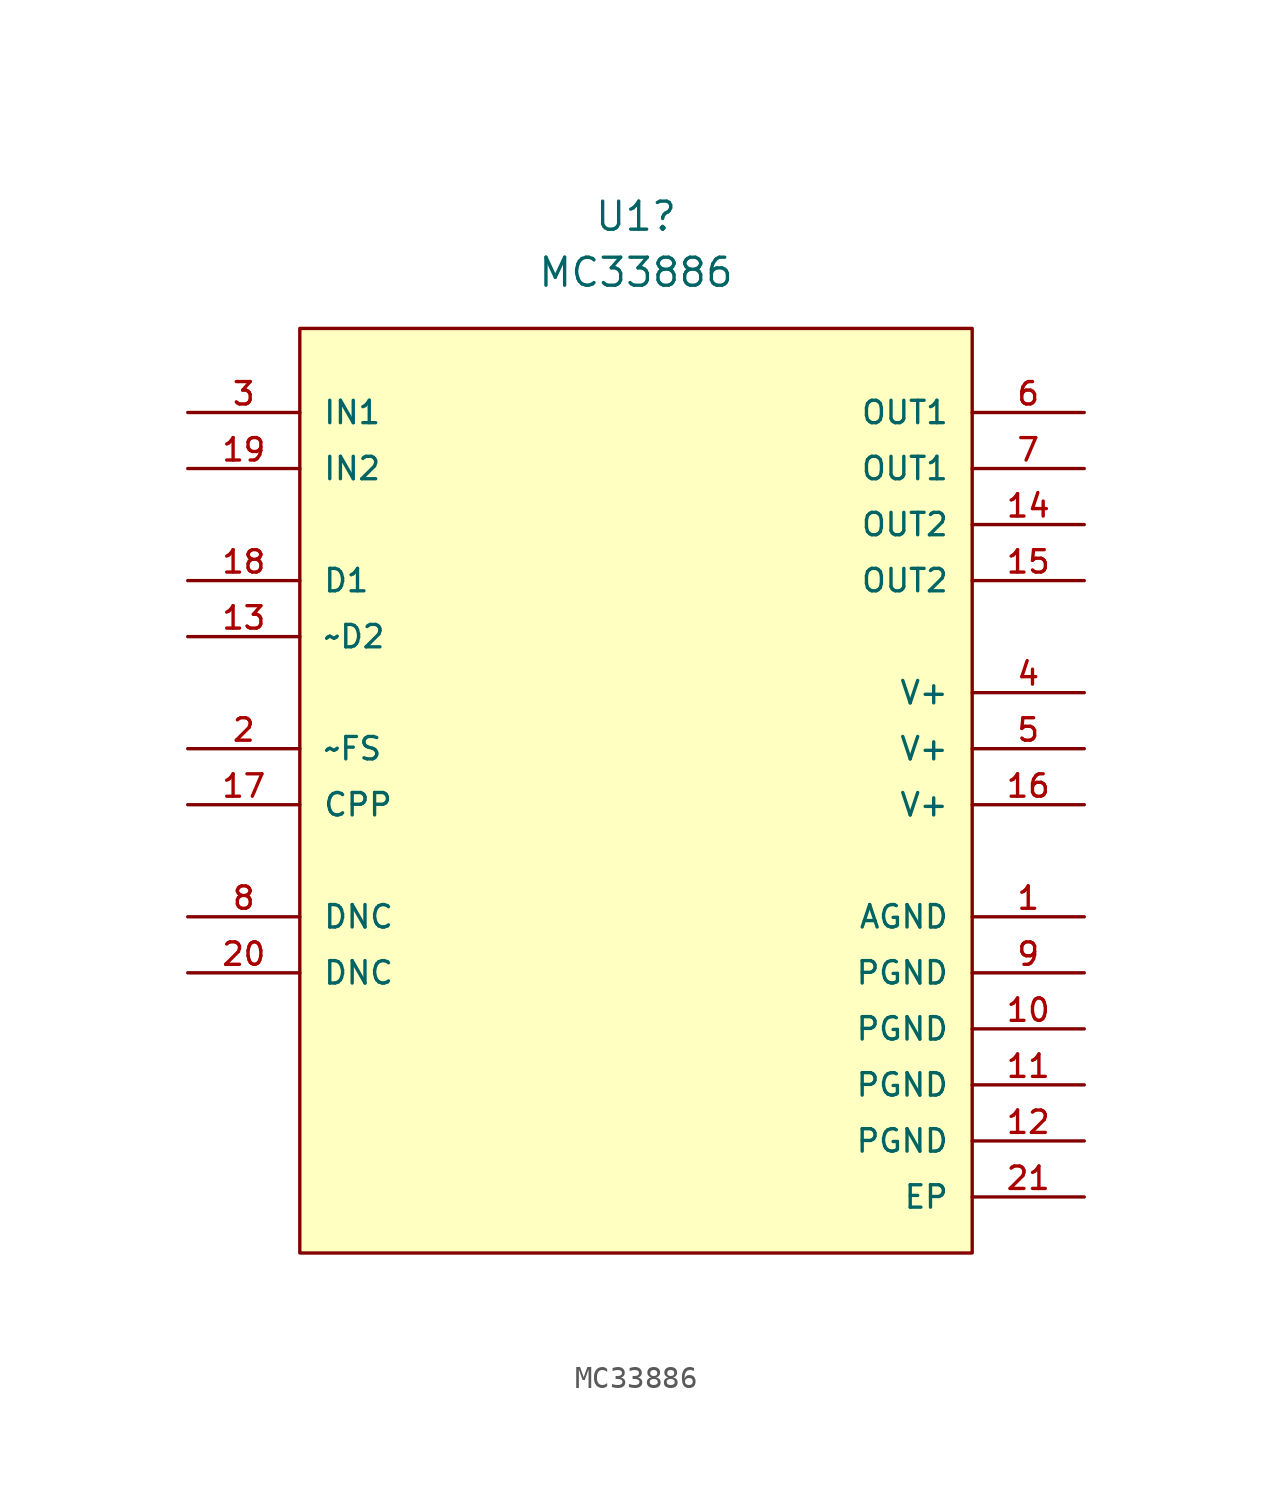
<source format=kicad_sym>
(kicad_symbol_lib
  (version 20231120)
  (generator "kicad_symbol_editor")
  (generator_version "8.0")
  (symbol "MC33886"
    (pin_names
      (offset 1.016))
    (property "Reference" "U1"
      (at 0 40.64 0)
      (effects (font (size 1.27 1.27))))
    (property "Value" "MC33886"
      (at 0 38.1 0)
      (effects (font (size 1.27 1.27))))
    (symbol "MC33886_1_0"
      (rectangle (start -15.24 35.56) (end 15.24 -6.35) (stroke (width 0) (type solid)) (fill (type background)))
      (pin passive line (at 20.32 8.89 180) (length 5.08) (name "AGND" (effects (font (size 1.016 1.016)))) (number "1" (effects (font (size 1.016 1.016)))))
      (pin passive line (at 20.32 3.81 180) (length 5.08) (name "PGND" (effects (font (size 1.016 1.016)))) (number "10" (effects (font (size 1.016 1.016)))))
      (pin passive line (at 20.32 1.27 180) (length 5.08) (name "PGND" (effects (font (size 1.016 1.016)))) (number "11" (effects (font (size 1.016 1.016)))))
      (pin passive line (at 20.32 -1.27 180) (length 5.08) (name "PGND" (effects (font (size 1.016 1.016)))) (number "12" (effects (font (size 1.016 1.016)))))
      (pin passive line (at -20.32 21.59 0) (length 5.08) (name "~D2" (effects (font (size 1.016 1.016)))) (number "13" (effects (font (size 1.016 1.016)))))
      (pin passive line (at 20.32 26.67 180) (length 5.08) (name "OUT2" (effects (font (size 1.016 1.016)))) (number "14" (effects (font (size 1.016 1.016)))))
      (pin passive line (at 20.32 24.13 180) (length 5.08) (name "OUT2" (effects (font (size 1.016 1.016)))) (number "15" (effects (font (size 1.016 1.016)))))
      (pin passive line (at 20.32 13.97 180) (length 5.08) (name "V+" (effects (font (size 1.016 1.016)))) (number "16" (effects (font (size 1.016 1.016)))))
      (pin passive line (at -20.32 13.97 0) (length 5.08) (name "CPP" (effects (font (size 1.016 1.016)))) (number "17" (effects (font (size 1.016 1.016)))))
      (pin passive line (at -20.32 24.13 0) (length 5.08) (name "D1" (effects (font (size 1.016 1.016)))) (number "18" (effects (font (size 1.016 1.016)))))
      (pin passive line (at -20.32 29.21 0) (length 5.08) (name "IN2" (effects (font (size 1.016 1.016)))) (number "19" (effects (font (size 1.016 1.016)))))
      (pin passive line (at -20.32 16.51 0) (length 5.08) (name "~FS" (effects (font (size 1.016 1.016)))) (number "2" (effects (font (size 1.016 1.016)))))
      (pin passive line (at -20.32 6.35 0) (length 5.08) (name "DNC" (effects (font (size 1.016 1.016)))) (number "20" (effects (font (size 1.016 1.016)))))
      (pin passive line (at 20.32 -3.81 180) (length 5.08) (name "EP" (effects (font (size 1.016 1.016)))) (number "21" (effects (font (size 1.016 1.016)))))
      (pin passive line (at -20.32 31.75 0) (length 5.08) (name "IN1" (effects (font (size 1.016 1.016)))) (number "3" (effects (font (size 1.016 1.016)))))
      (pin passive line (at 20.32 19.05 180) (length 5.08) (name "V+" (effects (font (size 1.016 1.016)))) (number "4" (effects (font (size 1.016 1.016)))))
      (pin passive line (at 20.32 16.51 180) (length 5.08) (name "V+" (effects (font (size 1.016 1.016)))) (number "5" (effects (font (size 1.016 1.016)))))
      (pin passive line (at 20.32 31.75 180) (length 5.08) (name "OUT1" (effects (font (size 1.016 1.016)))) (number "6" (effects (font (size 1.016 1.016)))))
      (pin passive line (at 20.32 29.21 180) (length 5.08) (name "OUT1" (effects (font (size 1.016 1.016)))) (number "7" (effects (font (size 1.016 1.016)))))
      (pin passive line (at -20.32 8.89 0) (length 5.08) (name "DNC" (effects (font (size 1.016 1.016)))) (number "8" (effects (font (size 1.016 1.016)))))
      (pin passive line (at 20.32 6.35 180) (length 5.08) (name "PGND" (effects (font (size 1.016 1.016)))) (number "9" (effects (font (size 1.016 1.016))))))))
</source>
